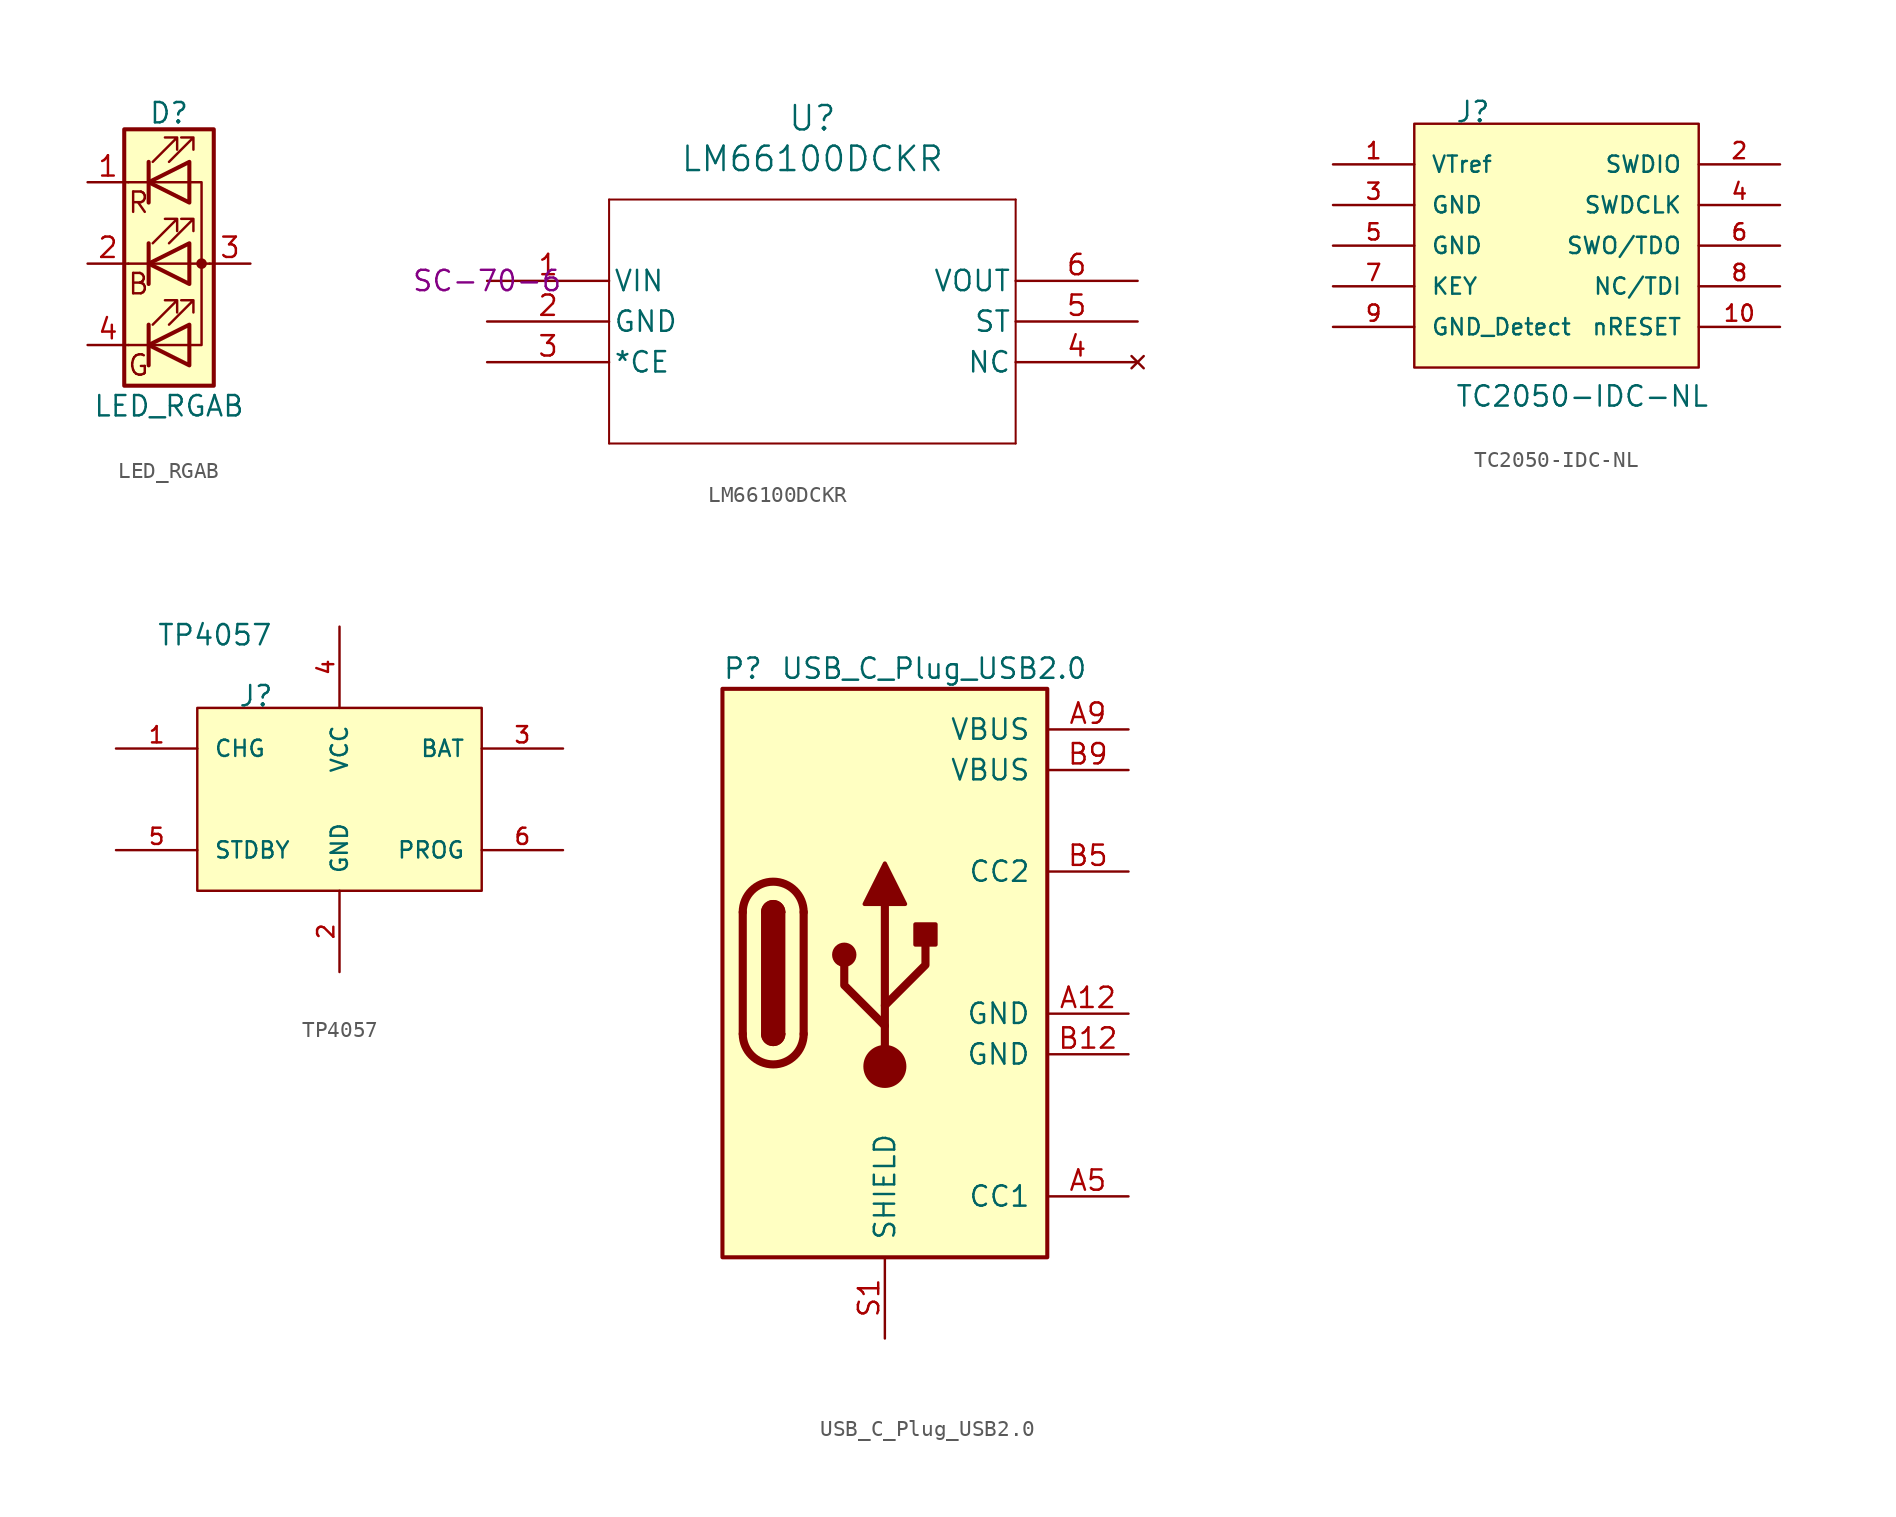
<source format=kicad_sym>
(kicad_symbol_lib
  (version 20231120)
  (generator "kicad_symbol_editor")
  (generator_version "8.0")
  (symbol "LED_RGAB"
    (pin_names
      (offset 0) hide)
    (property "Reference" "D"
      (at 0 9.398 0)
      (effects (font (size 1.27 1.27))))
    (property "Value" "LED_RGAB"
      (at 0 -8.89 0)
      (effects (font (size 1.27 1.27))))
    (symbol "LED_RGAB_0_0"
      (text "R" (at -1.905 3.81 0) (effects (font (size 1.27 1.27)))))
    (symbol "LED_RGAB_0_1"
      (rectangle (start -2.794 8.382) (end 2.794 -7.62) (stroke (width 0.254) (type default)) (fill (type background)))
      (polyline (pts (xy -1.27 -5.08) (xy -2.54 -5.08)) (stroke (width 0) (type default)) (fill (type none)))
      (polyline (pts (xy -1.27 -5.08) (xy 1.27 -5.08)) (stroke (width 0) (type default)) (fill (type none)))
      (polyline (pts (xy -1.27 -3.81) (xy -1.27 -6.35)) (stroke (width 0.254) (type default)) (fill (type none)))
      (polyline (pts (xy -1.27 0) (xy -2.54 0)) (stroke (width 0) (type default)) (fill (type none)))
      (polyline (pts (xy -1.27 1.27) (xy -1.27 -1.27)) (stroke (width 0.254) (type default)) (fill (type none)))
      (polyline (pts (xy -1.27 5.08) (xy -2.54 5.08)) (stroke (width 0) (type default)) (fill (type none)))
      (polyline (pts (xy -1.27 5.08) (xy 1.27 5.08)) (stroke (width 0) (type default)) (fill (type none)))
      (polyline (pts (xy -1.27 6.35) (xy -1.27 3.81)) (stroke (width 0.254) (type default)) (fill (type none)))
      (polyline (pts (xy 1.27 0) (xy -1.27 0)) (stroke (width 0) (type default)) (fill (type none)))
      (polyline (pts (xy 1.27 0) (xy 2.54 0)) (stroke (width 0) (type default)) (fill (type none)))
      (polyline (pts (xy -1.27 1.27) (xy -1.27 -1.27) (xy -1.27 -1.27)) (stroke (width 0) (type default)) (fill (type none)))
      (polyline (pts (xy -1.27 6.35) (xy -1.27 3.81) (xy -1.27 3.81)) (stroke (width 0) (type default)) (fill (type none)))
      (polyline (pts (xy 1.27 -5.08) (xy 2.032 -5.08) (xy 2.032 5.08) (xy 1.27 5.08)) (stroke (width 0) (type default)) (fill (type none)))
      (polyline (pts (xy 1.27 -3.81) (xy 1.27 -6.35) (xy -1.27 -5.08) (xy 1.27 -3.81)) (stroke (width 0.254) (type default)) (fill (type none)))
      (polyline (pts (xy 1.27 1.27) (xy 1.27 -1.27) (xy -1.27 0) (xy 1.27 1.27)) (stroke (width 0.254) (type default)) (fill (type none)))
      (polyline (pts (xy 1.27 6.35) (xy 1.27 3.81) (xy -1.27 5.08) (xy 1.27 6.35)) (stroke (width 0.254) (type default)) (fill (type none)))
      (polyline (pts (xy -1.016 -3.81) (xy 0.508 -2.286) (xy -0.254 -2.286) (xy 0.508 -2.286) (xy 0.508 -3.048)) (stroke (width 0) (type default)) (fill (type none)))
      (polyline (pts (xy -1.016 1.27) (xy 0.508 2.794) (xy -0.254 2.794) (xy 0.508 2.794) (xy 0.508 2.032)) (stroke (width 0) (type default)) (fill (type none)))
      (polyline (pts (xy -1.016 6.35) (xy 0.508 7.874) (xy -0.254 7.874) (xy 0.508 7.874) (xy 0.508 7.112)) (stroke (width 0) (type default)) (fill (type none)))
      (polyline (pts (xy 0 -3.81) (xy 1.524 -2.286) (xy 0.762 -2.286) (xy 1.524 -2.286) (xy 1.524 -3.048)) (stroke (width 0) (type default)) (fill (type none)))
      (polyline (pts (xy 0 1.27) (xy 1.524 2.794) (xy 0.762 2.794) (xy 1.524 2.794) (xy 1.524 2.032)) (stroke (width 0) (type default)) (fill (type none)))
      (polyline (pts (xy 0 6.35) (xy 1.524 7.874) (xy 0.762 7.874) (xy 1.524 7.874) (xy 1.524 7.112)) (stroke (width 0) (type default)) (fill (type none)))
      (rectangle (start 1.27 -1.27) (end 1.27 1.27) (stroke (width 0) (type default)) (fill (type none)))
      (rectangle (start 1.27 1.27) (end 1.27 1.27) (stroke (width 0) (type default)) (fill (type none)))
      (rectangle (start 1.27 3.81) (end 1.27 6.35) (stroke (width 0) (type default)) (fill (type none)))
      (rectangle (start 1.27 6.35) (end 1.27 6.35) (stroke (width 0) (type default)) (fill (type none)))
      (circle (center 2.032 0) (radius 0.254) (stroke (width 0) (type default)) (fill (type outline))))
    (symbol "LED_RGAB_1_0"
      (text "B" (at -1.905 -1.27 0) (effects (font (size 1.27 1.27))))
      (text "G" (at -1.905 -6.35 0) (effects (font (size 1.27 1.27)))))
    (symbol "LED_RGAB_1_1"
      (pin passive line (at -5.08 5.08 0) (length 2.54) (name "RK" (effects (font (size 1.27 1.27)))) (number "1" (effects (font (size 1.27 1.27)))))
      (pin passive line (at -5.08 0 0) (length 2.54) (name "GK" (effects (font (size 1.27 1.27)))) (number "2" (effects (font (size 1.27 1.27)))))
      (pin passive line (at 5.08 0 180) (length 2.54) (name "A" (effects (font (size 1.27 1.27)))) (number "3" (effects (font (size 1.27 1.27)))))
      (pin passive line (at -5.08 -5.08 0) (length 2.54) (name "BK" (effects (font (size 1.27 1.27)))) (number "4" (effects (font (size 1.27 1.27)))))))
  (symbol "LM66100DCKR"
    (pin_names
      (offset 0.254))
    (property "Reference" "U"
      (at 20.32 10.16 0)
      (effects (font (size 1.524 1.524))))
    (property "Value" "LM66100DCKR"
      (at 20.32 7.62 0)
      (effects (font (size 1.524 1.524))))
    (property "Package" "SC-70-6"
      (at 0 0 0)
      (effects (font (size 1.27 1.27))))
    (symbol "LM66100DCKR_0_1"
      (polyline (pts (xy 7.62 -10.16) (xy 33.02 -10.16)) (stroke (width 0.127) (type default)) (fill (type none)))
      (polyline (pts (xy 7.62 5.08) (xy 7.62 -10.16)) (stroke (width 0.127) (type default)) (fill (type none)))
      (polyline (pts (xy 33.02 -10.16) (xy 33.02 5.08)) (stroke (width 0.127) (type default)) (fill (type none)))
      (polyline (pts (xy 33.02 5.08) (xy 7.62 5.08)) (stroke (width 0.127) (type default)) (fill (type none)))
      (pin input line (at 0 0 0) (length 7.62) (name "VIN" (effects (font (size 1.27 1.27)))) (number "1" (effects (font (size 1.27 1.27)))))
      (pin power_in line (at 0 -2.54 0) (length 7.62) (name "GND" (effects (font (size 1.27 1.27)))) (number "2" (effects (font (size 1.27 1.27)))))
      (pin input line (at 0 -5.08 0) (length 7.62) (name "*CE" (effects (font (size 1.27 1.27)))) (number "3" (effects (font (size 1.27 1.27)))))
      (pin no_connect line (at 40.64 -5.08 180) (length 7.62) (name "NC" (effects (font (size 1.27 1.27)))) (number "4" (effects (font (size 1.27 1.27)))))
      (pin output line (at 40.64 -2.54 180) (length 7.62) (name "ST" (effects (font (size 1.27 1.27)))) (number "5" (effects (font (size 1.27 1.27)))))
      (pin output line (at 40.64 0 180) (length 7.62) (name "VOUT" (effects (font (size 1.27 1.27)))) (number "6" (effects (font (size 1.27 1.27)))))))
  (symbol "TC2050-IDC-NL"
    (pin_names
      (offset 1.016))
    (property "Reference" "J"
      (at -7.62 7.62 0)
      (effects (font (size 1.27 1.27)) (justify left bottom)))
    (property "Value" "TC2050-IDC-NL"
      (at -7.62 -10.16 0)
      (effects (font (size 1.27 1.27)) (justify left bottom)))
    (symbol "TC2050-IDC-NL_0_0"
      (rectangle (start -10.16 7.62) (end 7.62 -7.62) (stroke (width 0.152) (type default)) (fill (type background)))
      (pin passive line (at -15.24 5.08 0) (length 5.08) (name "VTref" (effects (font (size 1.016 1.016)))) (number "1" (effects (font (size 1.016 1.016)))))
      (pin passive line (at 12.7 -5.08 180) (length 5.08) (name "nRESET" (effects (font (size 1.016 1.016)))) (number "10" (effects (font (size 1.016 1.016)))))
      (pin passive line (at 12.7 5.08 180) (length 5.08) (name "SWDIO" (effects (font (size 1.016 1.016)))) (number "2" (effects (font (size 1.016 1.016)))))
      (pin passive line (at -15.24 2.54 0) (length 5.08) (name "GND" (effects (font (size 1.016 1.016)))) (number "3" (effects (font (size 1.016 1.016)))))
      (pin passive line (at 12.7 2.54 180) (length 5.08) (name "SWDCLK" (effects (font (size 1.016 1.016)))) (number "4" (effects (font (size 1.016 1.016)))))
      (pin passive line (at -15.24 0 0) (length 5.08) (name "GND" (effects (font (size 1.016 1.016)))) (number "5" (effects (font (size 1.016 1.016)))))
      (pin passive line (at 12.7 0 180) (length 5.08) (name "SWO/TDO" (effects (font (size 1.016 1.016)))) (number "6" (effects (font (size 1.016 1.016)))))
      (pin passive line (at -15.24 -2.54 0) (length 5.08) (name "KEY" (effects (font (size 1.016 1.016)))) (number "7" (effects (font (size 1.016 1.016)))))
      (pin passive line (at 12.7 -2.54 180) (length 5.08) (name "NC/TDI" (effects (font (size 1.016 1.016)))) (number "8" (effects (font (size 1.016 1.016)))))
      (pin passive line (at -15.24 -5.08 0) (length 5.08) (name "GND_Detect" (effects (font (size 1.016 1.016)))) (number "9" (effects (font (size 1.016 1.016)))))))
  (symbol "TP4057"
    (pin_names
      (offset 1.016))
    (property "Reference" "J"
      (at -7.62 7.62 0)
      (effects (font (size 1.27 1.27)) (justify left bottom)))
    (property "Value" "TP4057"
      (at -12.7 11.43 0)
      (effects (font (size 1.27 1.27)) (justify left bottom)))
    (symbol "TP4057_0_0"
      (rectangle (start -10.16 7.62) (end 7.62 -3.81) (stroke (width 0.152) (type default)) (fill (type background)))
      (pin passive line (at -15.24 5.08 0) (length 5.08) (name "CHG" (effects (font (size 1.016 1.016)))) (number "1" (effects (font (size 1.016 1.016)))))
      (pin passive line (at -1.27 -8.89 90) (length 5.08) (name "GND" (effects (font (size 1.016 1.016)))) (number "2" (effects (font (size 1.016 1.016)))))
      (pin passive line (at 12.7 5.08 180) (length 5.08) (name "BAT" (effects (font (size 1.016 1.016)))) (number "3" (effects (font (size 1.016 1.016)))))
      (pin passive line (at -1.27 12.7 270) (length 5.08) (name "VCC" (effects (font (size 1.016 1.016)))) (number "4" (effects (font (size 1.016 1.016)))))
      (pin passive line (at -15.24 -1.27 0) (length 5.08) (name "STDBY" (effects (font (size 1.016 1.016)))) (number "5" (effects (font (size 1.016 1.016)))))
      (pin passive line (at 12.7 -1.27 180) (length 5.08) (name "PROG" (effects (font (size 1.016 1.016)))) (number "6" (effects (font (size 1.016 1.016)))))))
  (symbol "USB_C_Plug_USB2.0"
    (pin_names
      (offset 1.016))
    (property "Reference" "P"
      (at -10.16 19.05 0)
      (effects (font (size 1.27 1.27)) (justify left)))
    (property "Value" "USB_C_Plug_USB2.0"
      (at 12.7 19.05 0)
      (effects (font (size 1.27 1.27)) (justify right)))
    (symbol "USB_C_Plug_USB2.0_0_1"
      (rectangle (start -10.16 17.78) (end 10.16 -17.78) (stroke (width 0.254) (type default)) (fill (type background)))
      (arc (start -8.89 -3.81) (mid -6.985 -5.7066) (end -5.08 -3.81) (stroke (width 0.508) (type default)) (fill (type none)))
      (arc (start -7.62 -3.81) (mid -6.985 -4.4422) (end -6.35 -3.81) (stroke (width 0.254) (type default)) (fill (type none)))
      (arc (start -7.62 -3.81) (mid -6.985 -4.4422) (end -6.35 -3.81) (stroke (width 0.254) (type default)) (fill (type outline)))
      (rectangle (start -7.62 -3.81) (end -6.35 3.81) (stroke (width 0.254) (type default)) (fill (type outline)))
      (arc (start -6.35 3.81) (mid -6.985 4.4422) (end -7.62 3.81) (stroke (width 0.254) (type default)) (fill (type none)))
      (arc (start -6.35 3.81) (mid -6.985 4.4422) (end -7.62 3.81) (stroke (width 0.254) (type default)) (fill (type outline)))
      (arc (start -5.08 3.81) (mid -6.985 5.7066) (end -8.89 3.81) (stroke (width 0.508) (type default)) (fill (type none)))
      (circle (center -2.54 1.143) (radius 0.635) (stroke (width 0.254) (type default)) (fill (type outline)))
      (circle (center 0 -5.842) (radius 1.27) (stroke (width 0) (type default)) (fill (type outline)))
      (polyline (pts (xy -8.89 -3.81) (xy -8.89 3.81)) (stroke (width 0.508) (type default)) (fill (type none)))
      (polyline (pts (xy -5.08 3.81) (xy -5.08 -3.81)) (stroke (width 0.508) (type default)) (fill (type none)))
      (polyline (pts (xy 0 -5.842) (xy 0 4.318)) (stroke (width 0.508) (type default)) (fill (type none)))
      (polyline (pts (xy 0 -3.302) (xy -2.54 -0.762) (xy -2.54 0.508)) (stroke (width 0.508) (type default)) (fill (type none)))
      (polyline (pts (xy 0 -2.032) (xy 2.54 0.508) (xy 2.54 1.778)) (stroke (width 0.508) (type default)) (fill (type none)))
      (polyline (pts (xy -1.27 4.318) (xy 0 6.858) (xy 1.27 4.318) (xy -1.27 4.318)) (stroke (width 0.254) (type default)) (fill (type outline)))
      (rectangle (start 1.905 1.778) (end 3.175 3.048) (stroke (width 0.254) (type default)) (fill (type outline))))
    (symbol "USB_C_Plug_USB2.0_1_1"
      (pin power_out line (at 15.24 -2.54 180) (length 5.08) (name "GND" (effects (font (size 1.27 1.27)))) (number "A12" (effects (font (size 1.27 1.27)))))
      (pin bidirectional line (at 15.24 -13.97 180) (length 5.08) (name "CC1" (effects (font (size 1.27 1.27)))) (number "A5" (effects (font (size 1.27 1.27)))))
      (pin power_out line (at 15.24 15.24 180) (length 5.08) (name "VBUS" (effects (font (size 1.27 1.27)))) (number "A9" (effects (font (size 1.27 1.27)))))
      (pin power_out line (at 15.24 -5.08 180) (length 5.08) (name "GND" (effects (font (size 1.27 1.27)))) (number "B12" (effects (font (size 1.27 1.27)))))
      (pin bidirectional line (at 15.24 6.35 180) (length 5.08) (name "CC2" (effects (font (size 1.27 1.27)))) (number "B5" (effects (font (size 1.27 1.27)))))
      (pin power_out line (at 15.24 12.7 180) (length 5.08) (name "VBUS" (effects (font (size 1.27 1.27)))) (number "B9" (effects (font (size 1.27 1.27)))))
      (pin passive line (at 0 -22.86 90) (length 5.08) (name "SHIELD" (effects (font (size 1.27 1.27)))) (number "S1" (effects (font (size 1.27 1.27))))))))
</source>
